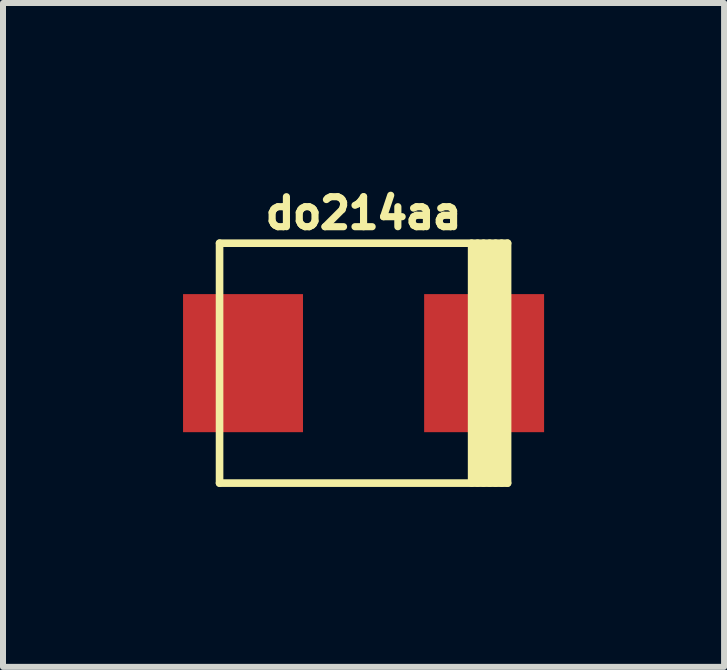
<source format=kicad_pcb>
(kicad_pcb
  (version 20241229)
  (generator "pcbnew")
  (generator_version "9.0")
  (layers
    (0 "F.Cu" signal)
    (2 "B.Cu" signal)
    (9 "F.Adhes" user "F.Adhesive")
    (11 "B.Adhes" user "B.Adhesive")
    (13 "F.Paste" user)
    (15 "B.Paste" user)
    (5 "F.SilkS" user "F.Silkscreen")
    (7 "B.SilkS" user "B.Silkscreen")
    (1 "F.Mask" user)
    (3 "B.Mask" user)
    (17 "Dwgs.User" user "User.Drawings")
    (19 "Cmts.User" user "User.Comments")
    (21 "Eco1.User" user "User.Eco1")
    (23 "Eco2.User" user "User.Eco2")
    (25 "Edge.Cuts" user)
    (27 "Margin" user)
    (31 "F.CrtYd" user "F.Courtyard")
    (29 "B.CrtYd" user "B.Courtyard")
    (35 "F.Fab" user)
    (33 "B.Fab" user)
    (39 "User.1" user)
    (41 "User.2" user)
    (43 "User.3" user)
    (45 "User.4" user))
  (footprint "do214aa"
    (layer "F.Cu")
    (at 3.009 3.002)
    (property "Reference" "do214aa" (at 0 -2.499 0) (layer "F.SilkS") (effects (font (size 0.5 0.5) (thickness 0.119))))
    (attr through_hole)
    (fp_line (start -2.4 -1.999) (end 2.4 -1.999) (stroke (width 0.127) (type solid)) (layer "F.SilkS"))
    (fp_line (start -2.4 1.999) (end -2.4 -1.999) (stroke (width 0.127) (type solid)) (layer "F.SilkS"))
    (fp_line (start 1.801 -1.999) (end 1.801 1.999) (stroke (width 0.127) (type solid)) (layer "F.SilkS"))
    (fp_line (start 1.9 -1.999) (end 1.9 1.999) (stroke (width 0.127) (type solid)) (layer "F.SilkS"))
    (fp_line (start 1.999 1.999) (end 1.999 -1.999) (stroke (width 0.127) (type solid)) (layer "F.SilkS"))
    (fp_line (start 2.101 -1.999) (end 2.101 1.999) (stroke (width 0.127) (type solid)) (layer "F.SilkS"))
    (fp_line (start 2.2 1.999) (end 2.2 -1.999) (stroke (width 0.127) (type solid)) (layer "F.SilkS"))
    (fp_line (start 2.301 -1.999) (end 2.301 1.999) (stroke (width 0.127) (type solid)) (layer "F.SilkS"))
    (fp_line (start 2.4 -1.999) (end 2.4 1.999) (stroke (width 0.127) (type solid)) (layer "F.SilkS"))
    (fp_line (start 2.4 1.999) (end -2.4 1.999) (stroke (width 0.127) (type solid)) (layer "F.SilkS"))
    (pad "1" smd rect (at 2.009 0) (size 1.999 2.301) (layers "F.Cu" "F.Mask" "F.Paste"))
    (pad "2" smd rect (at -2.009 0) (size 1.999 2.301) (layers "F.Cu" "F.Mask" "F.Paste")))
  (gr_rect
    (start -3 -3)
    (end 9.017 8.064)
    (stroke (width 0.1) (type default))
    (fill no)
    (layer "Edge.Cuts")))
</source>
